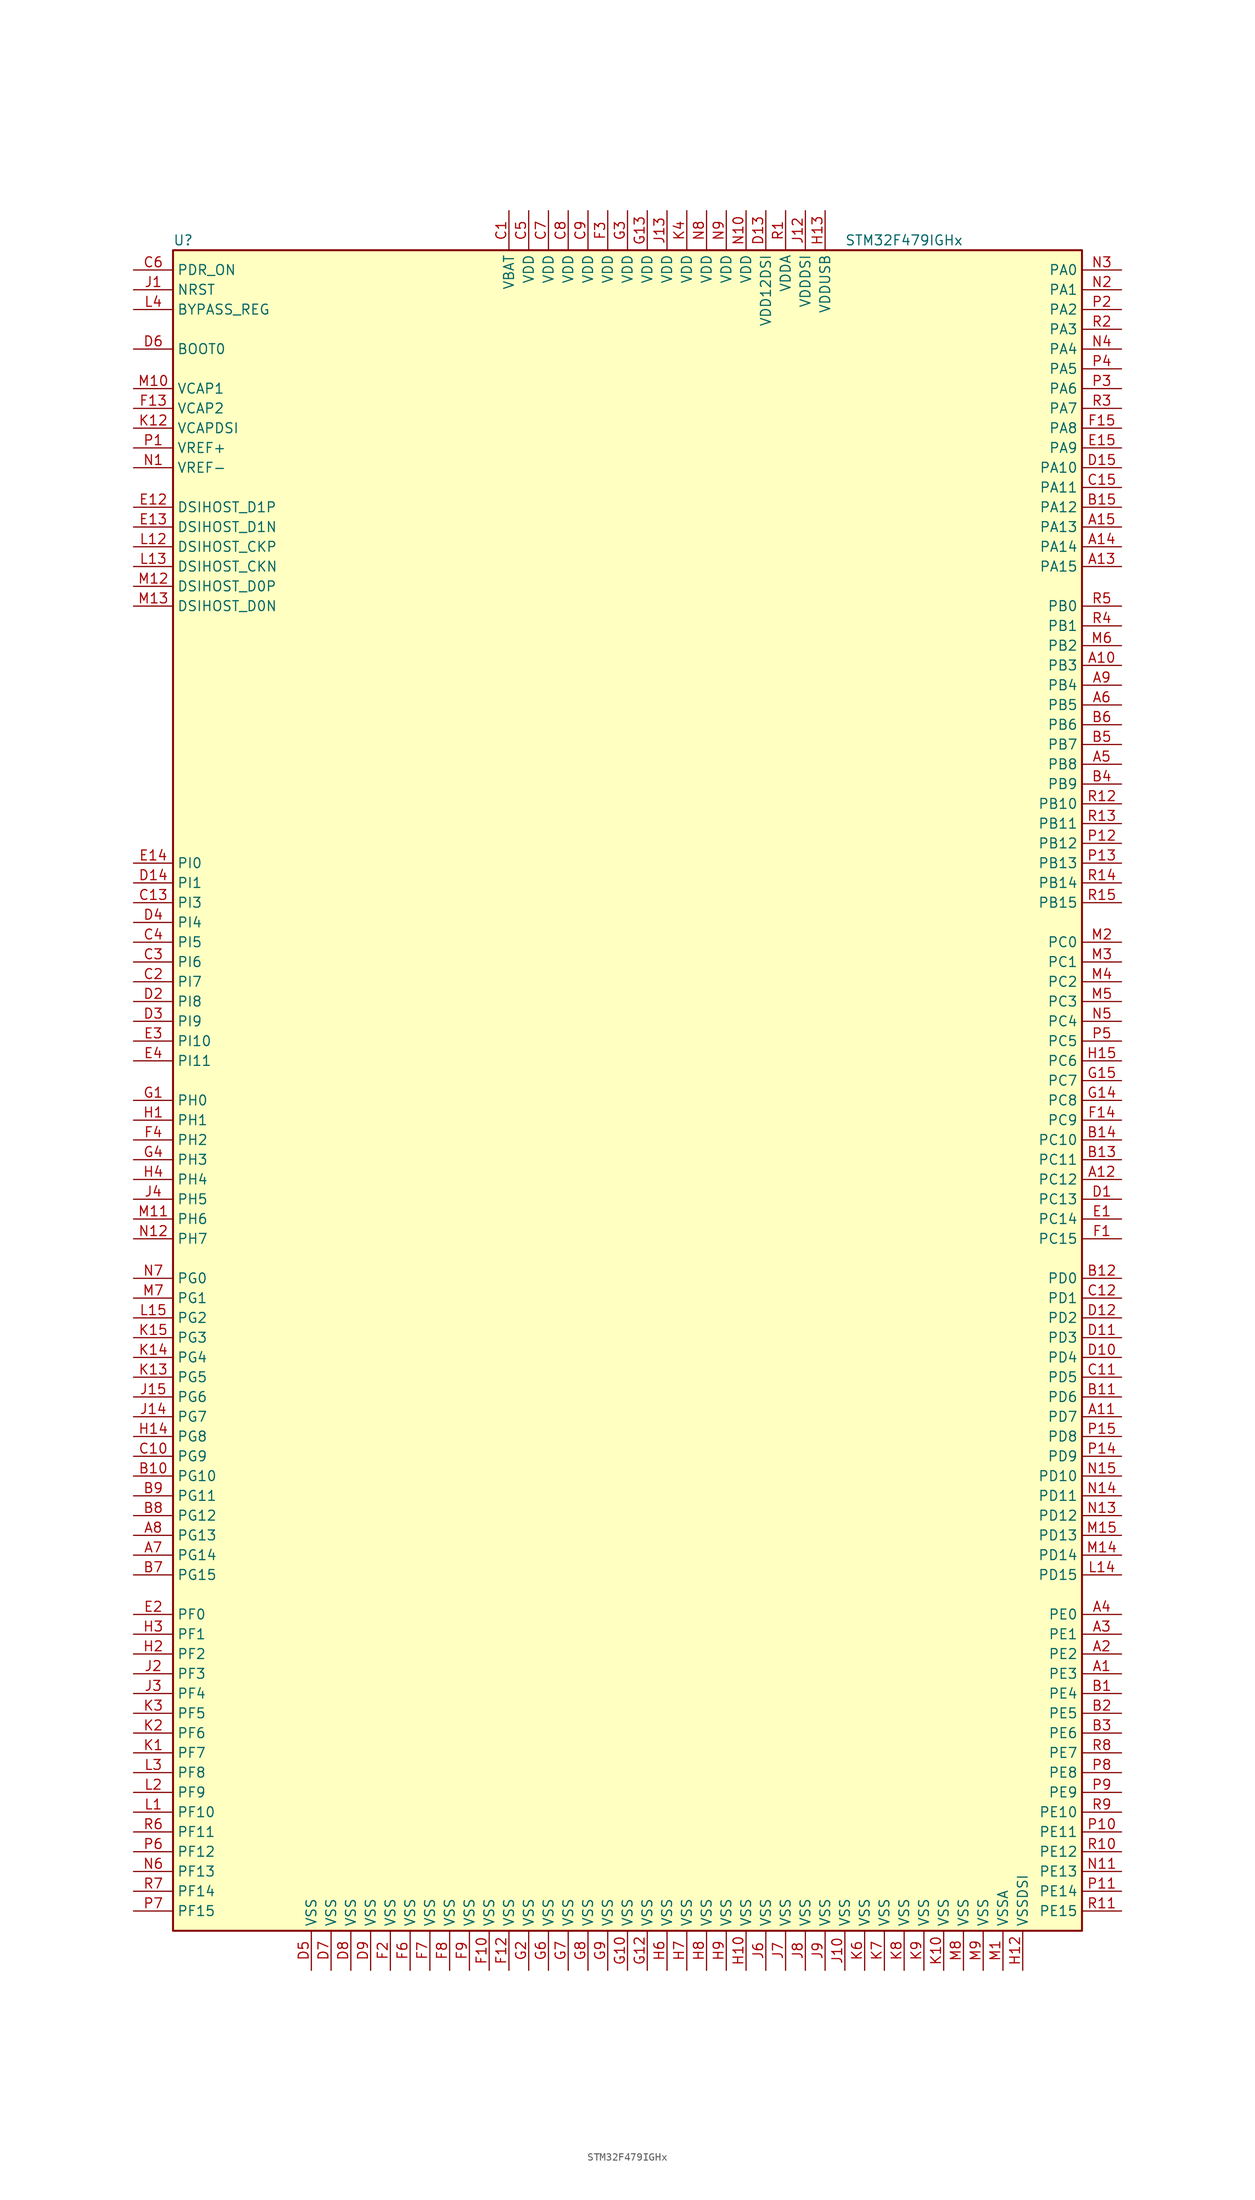
<source format=kicad_sym>
(kicad_symbol_lib
  (version 20201005)
  (generator kicad_symbol_editor)
  (symbol "MCU_ST_STM32F4:STM32F479IGHx"
    (property "Reference" "U"
      (at -58.42 107.95 0)
      (effects (font (size 1.27 1.27)) (justify left)))
    (property "Value" "STM32F479IGHx"
      (at 27.94 107.95 0)
      (effects (font (size 1.27 1.27)) (justify left)))
    (symbol "STM32F479IGHx_0_1"
      (rectangle (start -58.42 -109.22) (end 58.42 106.68) (stroke (width 0.254)) (fill (type background))))
    (symbol "STM32F479IGHx_1_1"
      (pin input line (at -63.5 93.98 0) (length 5.08) (name "BOOT0" (effects (font (size 1.27 1.27)))) (number "D6" (effects (font (size 1.27 1.27)))))
      (pin input line (at -63.5 99.06 0) (length 5.08) (name "BYPASS_REG" (effects (font (size 1.27 1.27)))) (number "L4" (effects (font (size 1.27 1.27)))))
      (pin bidirectional line (at -63.5 66.04 0) (length 5.08) (name "DSIHOST_CKN" (effects (font (size 1.27 1.27)))) (number "L13" (effects (font (size 1.27 1.27)))))
      (pin bidirectional line (at -63.5 68.58 0) (length 5.08) (name "DSIHOST_CKP" (effects (font (size 1.27 1.27)))) (number "L12" (effects (font (size 1.27 1.27)))))
      (pin bidirectional line (at -63.5 60.96 0) (length 5.08) (name "DSIHOST_D0N" (effects (font (size 1.27 1.27)))) (number "M13" (effects (font (size 1.27 1.27)))))
      (pin bidirectional line (at -63.5 63.5 0) (length 5.08) (name "DSIHOST_D0P" (effects (font (size 1.27 1.27)))) (number "M12" (effects (font (size 1.27 1.27)))))
      (pin bidirectional line (at -63.5 71.12 0) (length 5.08) (name "DSIHOST_D1N" (effects (font (size 1.27 1.27)))) (number "E13" (effects (font (size 1.27 1.27)))))
      (pin bidirectional line (at -63.5 73.66 0) (length 5.08) (name "DSIHOST_D1P" (effects (font (size 1.27 1.27)))) (number "E12" (effects (font (size 1.27 1.27)))))
      (pin no_connect line (at -58.42 -106.68 0) (length 5.08) hide (name "NC" (effects (font (size 1.27 1.27)))) (number "C14" (effects (font (size 1.27 1.27)))))
      (pin input line (at -63.5 101.6 0) (length 5.08) (name "NRST" (effects (font (size 1.27 1.27)))) (number "J1" (effects (font (size 1.27 1.27)))))
      (pin bidirectional line (at 63.5 104.14 180) (length 5.08) (name "PA0" (effects (font (size 1.27 1.27)))) (number "N3" (effects (font (size 1.27 1.27)))))
      (pin bidirectional line (at 63.5 101.6 180) (length 5.08) (name "PA1" (effects (font (size 1.27 1.27)))) (number "N2" (effects (font (size 1.27 1.27)))))
      (pin bidirectional line (at 63.5 78.74 180) (length 5.08) (name "PA10" (effects (font (size 1.27 1.27)))) (number "D15" (effects (font (size 1.27 1.27)))))
      (pin bidirectional line (at 63.5 76.2 180) (length 5.08) (name "PA11" (effects (font (size 1.27 1.27)))) (number "C15" (effects (font (size 1.27 1.27)))))
      (pin bidirectional line (at 63.5 73.66 180) (length 5.08) (name "PA12" (effects (font (size 1.27 1.27)))) (number "B15" (effects (font (size 1.27 1.27)))))
      (pin bidirectional line (at 63.5 71.12 180) (length 5.08) (name "PA13" (effects (font (size 1.27 1.27)))) (number "A15" (effects (font (size 1.27 1.27)))))
      (pin bidirectional line (at 63.5 68.58 180) (length 5.08) (name "PA14" (effects (font (size 1.27 1.27)))) (number "A14" (effects (font (size 1.27 1.27)))))
      (pin bidirectional line (at 63.5 66.04 180) (length 5.08) (name "PA15" (effects (font (size 1.27 1.27)))) (number "A13" (effects (font (size 1.27 1.27)))))
      (pin bidirectional line (at 63.5 99.06 180) (length 5.08) (name "PA2" (effects (font (size 1.27 1.27)))) (number "P2" (effects (font (size 1.27 1.27)))))
      (pin bidirectional line (at 63.5 96.52 180) (length 5.08) (name "PA3" (effects (font (size 1.27 1.27)))) (number "R2" (effects (font (size 1.27 1.27)))))
      (pin bidirectional line (at 63.5 93.98 180) (length 5.08) (name "PA4" (effects (font (size 1.27 1.27)))) (number "N4" (effects (font (size 1.27 1.27)))))
      (pin bidirectional line (at 63.5 91.44 180) (length 5.08) (name "PA5" (effects (font (size 1.27 1.27)))) (number "P4" (effects (font (size 1.27 1.27)))))
      (pin bidirectional line (at 63.5 88.9 180) (length 5.08) (name "PA6" (effects (font (size 1.27 1.27)))) (number "P3" (effects (font (size 1.27 1.27)))))
      (pin bidirectional line (at 63.5 86.36 180) (length 5.08) (name "PA7" (effects (font (size 1.27 1.27)))) (number "R3" (effects (font (size 1.27 1.27)))))
      (pin bidirectional line (at 63.5 83.82 180) (length 5.08) (name "PA8" (effects (font (size 1.27 1.27)))) (number "F15" (effects (font (size 1.27 1.27)))))
      (pin bidirectional line (at 63.5 81.28 180) (length 5.08) (name "PA9" (effects (font (size 1.27 1.27)))) (number "E15" (effects (font (size 1.27 1.27)))))
      (pin bidirectional line (at 63.5 60.96 180) (length 5.08) (name "PB0" (effects (font (size 1.27 1.27)))) (number "R5" (effects (font (size 1.27 1.27)))))
      (pin bidirectional line (at 63.5 58.42 180) (length 5.08) (name "PB1" (effects (font (size 1.27 1.27)))) (number "R4" (effects (font (size 1.27 1.27)))))
      (pin bidirectional line (at 63.5 35.56 180) (length 5.08) (name "PB10" (effects (font (size 1.27 1.27)))) (number "R12" (effects (font (size 1.27 1.27)))))
      (pin bidirectional line (at 63.5 33.02 180) (length 5.08) (name "PB11" (effects (font (size 1.27 1.27)))) (number "R13" (effects (font (size 1.27 1.27)))))
      (pin bidirectional line (at 63.5 30.48 180) (length 5.08) (name "PB12" (effects (font (size 1.27 1.27)))) (number "P12" (effects (font (size 1.27 1.27)))))
      (pin bidirectional line (at 63.5 27.94 180) (length 5.08) (name "PB13" (effects (font (size 1.27 1.27)))) (number "P13" (effects (font (size 1.27 1.27)))))
      (pin bidirectional line (at 63.5 25.4 180) (length 5.08) (name "PB14" (effects (font (size 1.27 1.27)))) (number "R14" (effects (font (size 1.27 1.27)))))
      (pin bidirectional line (at 63.5 22.86 180) (length 5.08) (name "PB15" (effects (font (size 1.27 1.27)))) (number "R15" (effects (font (size 1.27 1.27)))))
      (pin bidirectional line (at 63.5 55.88 180) (length 5.08) (name "PB2" (effects (font (size 1.27 1.27)))) (number "M6" (effects (font (size 1.27 1.27)))))
      (pin bidirectional line (at 63.5 53.34 180) (length 5.08) (name "PB3" (effects (font (size 1.27 1.27)))) (number "A10" (effects (font (size 1.27 1.27)))))
      (pin bidirectional line (at 63.5 50.8 180) (length 5.08) (name "PB4" (effects (font (size 1.27 1.27)))) (number "A9" (effects (font (size 1.27 1.27)))))
      (pin bidirectional line (at 63.5 48.26 180) (length 5.08) (name "PB5" (effects (font (size 1.27 1.27)))) (number "A6" (effects (font (size 1.27 1.27)))))
      (pin bidirectional line (at 63.5 45.72 180) (length 5.08) (name "PB6" (effects (font (size 1.27 1.27)))) (number "B6" (effects (font (size 1.27 1.27)))))
      (pin bidirectional line (at 63.5 43.18 180) (length 5.08) (name "PB7" (effects (font (size 1.27 1.27)))) (number "B5" (effects (font (size 1.27 1.27)))))
      (pin bidirectional line (at 63.5 40.64 180) (length 5.08) (name "PB8" (effects (font (size 1.27 1.27)))) (number "A5" (effects (font (size 1.27 1.27)))))
      (pin bidirectional line (at 63.5 38.1 180) (length 5.08) (name "PB9" (effects (font (size 1.27 1.27)))) (number "B4" (effects (font (size 1.27 1.27)))))
      (pin bidirectional line (at 63.5 17.78 180) (length 5.08) (name "PC0" (effects (font (size 1.27 1.27)))) (number "M2" (effects (font (size 1.27 1.27)))))
      (pin bidirectional line (at 63.5 15.24 180) (length 5.08) (name "PC1" (effects (font (size 1.27 1.27)))) (number "M3" (effects (font (size 1.27 1.27)))))
      (pin bidirectional line (at 63.5 -7.62 180) (length 5.08) (name "PC10" (effects (font (size 1.27 1.27)))) (number "B14" (effects (font (size 1.27 1.27)))))
      (pin bidirectional line (at 63.5 -10.16 180) (length 5.08) (name "PC11" (effects (font (size 1.27 1.27)))) (number "B13" (effects (font (size 1.27 1.27)))))
      (pin bidirectional line (at 63.5 -12.7 180) (length 5.08) (name "PC12" (effects (font (size 1.27 1.27)))) (number "A12" (effects (font (size 1.27 1.27)))))
      (pin bidirectional line (at 63.5 -15.24 180) (length 5.08) (name "PC13" (effects (font (size 1.27 1.27)))) (number "D1" (effects (font (size 1.27 1.27)))))
      (pin bidirectional line (at 63.5 -17.78 180) (length 5.08) (name "PC14" (effects (font (size 1.27 1.27)))) (number "E1" (effects (font (size 1.27 1.27)))))
      (pin bidirectional line (at 63.5 -20.32 180) (length 5.08) (name "PC15" (effects (font (size 1.27 1.27)))) (number "F1" (effects (font (size 1.27 1.27)))))
      (pin bidirectional line (at 63.5 12.7 180) (length 5.08) (name "PC2" (effects (font (size 1.27 1.27)))) (number "M4" (effects (font (size 1.27 1.27)))))
      (pin bidirectional line (at 63.5 10.16 180) (length 5.08) (name "PC3" (effects (font (size 1.27 1.27)))) (number "M5" (effects (font (size 1.27 1.27)))))
      (pin bidirectional line (at 63.5 7.62 180) (length 5.08) (name "PC4" (effects (font (size 1.27 1.27)))) (number "N5" (effects (font (size 1.27 1.27)))))
      (pin bidirectional line (at 63.5 5.08 180) (length 5.08) (name "PC5" (effects (font (size 1.27 1.27)))) (number "P5" (effects (font (size 1.27 1.27)))))
      (pin bidirectional line (at 63.5 2.54 180) (length 5.08) (name "PC6" (effects (font (size 1.27 1.27)))) (number "H15" (effects (font (size 1.27 1.27)))))
      (pin bidirectional line (at 63.5 0 180) (length 5.08) (name "PC7" (effects (font (size 1.27 1.27)))) (number "G15" (effects (font (size 1.27 1.27)))))
      (pin bidirectional line (at 63.5 -2.54 180) (length 5.08) (name "PC8" (effects (font (size 1.27 1.27)))) (number "G14" (effects (font (size 1.27 1.27)))))
      (pin bidirectional line (at 63.5 -5.08 180) (length 5.08) (name "PC9" (effects (font (size 1.27 1.27)))) (number "F14" (effects (font (size 1.27 1.27)))))
      (pin bidirectional line (at 63.5 -25.4 180) (length 5.08) (name "PD0" (effects (font (size 1.27 1.27)))) (number "B12" (effects (font (size 1.27 1.27)))))
      (pin bidirectional line (at 63.5 -27.94 180) (length 5.08) (name "PD1" (effects (font (size 1.27 1.27)))) (number "C12" (effects (font (size 1.27 1.27)))))
      (pin bidirectional line (at 63.5 -50.8 180) (length 5.08) (name "PD10" (effects (font (size 1.27 1.27)))) (number "N15" (effects (font (size 1.27 1.27)))))
      (pin bidirectional line (at 63.5 -53.34 180) (length 5.08) (name "PD11" (effects (font (size 1.27 1.27)))) (number "N14" (effects (font (size 1.27 1.27)))))
      (pin bidirectional line (at 63.5 -55.88 180) (length 5.08) (name "PD12" (effects (font (size 1.27 1.27)))) (number "N13" (effects (font (size 1.27 1.27)))))
      (pin bidirectional line (at 63.5 -58.42 180) (length 5.08) (name "PD13" (effects (font (size 1.27 1.27)))) (number "M15" (effects (font (size 1.27 1.27)))))
      (pin bidirectional line (at 63.5 -60.96 180) (length 5.08) (name "PD14" (effects (font (size 1.27 1.27)))) (number "M14" (effects (font (size 1.27 1.27)))))
      (pin bidirectional line (at 63.5 -63.5 180) (length 5.08) (name "PD15" (effects (font (size 1.27 1.27)))) (number "L14" (effects (font (size 1.27 1.27)))))
      (pin bidirectional line (at 63.5 -30.48 180) (length 5.08) (name "PD2" (effects (font (size 1.27 1.27)))) (number "D12" (effects (font (size 1.27 1.27)))))
      (pin bidirectional line (at 63.5 -33.02 180) (length 5.08) (name "PD3" (effects (font (size 1.27 1.27)))) (number "D11" (effects (font (size 1.27 1.27)))))
      (pin bidirectional line (at 63.5 -35.56 180) (length 5.08) (name "PD4" (effects (font (size 1.27 1.27)))) (number "D10" (effects (font (size 1.27 1.27)))))
      (pin bidirectional line (at 63.5 -38.1 180) (length 5.08) (name "PD5" (effects (font (size 1.27 1.27)))) (number "C11" (effects (font (size 1.27 1.27)))))
      (pin bidirectional line (at 63.5 -40.64 180) (length 5.08) (name "PD6" (effects (font (size 1.27 1.27)))) (number "B11" (effects (font (size 1.27 1.27)))))
      (pin bidirectional line (at 63.5 -43.18 180) (length 5.08) (name "PD7" (effects (font (size 1.27 1.27)))) (number "A11" (effects (font (size 1.27 1.27)))))
      (pin bidirectional line (at 63.5 -45.72 180) (length 5.08) (name "PD8" (effects (font (size 1.27 1.27)))) (number "P15" (effects (font (size 1.27 1.27)))))
      (pin bidirectional line (at 63.5 -48.26 180) (length 5.08) (name "PD9" (effects (font (size 1.27 1.27)))) (number "P14" (effects (font (size 1.27 1.27)))))
      (pin input line (at -63.5 104.14 0) (length 5.08) (name "PDR_ON" (effects (font (size 1.27 1.27)))) (number "C6" (effects (font (size 1.27 1.27)))))
      (pin bidirectional line (at 63.5 -68.58 180) (length 5.08) (name "PE0" (effects (font (size 1.27 1.27)))) (number "A4" (effects (font (size 1.27 1.27)))))
      (pin bidirectional line (at 63.5 -71.12 180) (length 5.08) (name "PE1" (effects (font (size 1.27 1.27)))) (number "A3" (effects (font (size 1.27 1.27)))))
      (pin bidirectional line (at 63.5 -93.98 180) (length 5.08) (name "PE10" (effects (font (size 1.27 1.27)))) (number "R9" (effects (font (size 1.27 1.27)))))
      (pin bidirectional line (at 63.5 -96.52 180) (length 5.08) (name "PE11" (effects (font (size 1.27 1.27)))) (number "P10" (effects (font (size 1.27 1.27)))))
      (pin bidirectional line (at 63.5 -99.06 180) (length 5.08) (name "PE12" (effects (font (size 1.27 1.27)))) (number "R10" (effects (font (size 1.27 1.27)))))
      (pin bidirectional line (at 63.5 -101.6 180) (length 5.08) (name "PE13" (effects (font (size 1.27 1.27)))) (number "N11" (effects (font (size 1.27 1.27)))))
      (pin bidirectional line (at 63.5 -104.14 180) (length 5.08) (name "PE14" (effects (font (size 1.27 1.27)))) (number "P11" (effects (font (size 1.27 1.27)))))
      (pin bidirectional line (at 63.5 -106.68 180) (length 5.08) (name "PE15" (effects (font (size 1.27 1.27)))) (number "R11" (effects (font (size 1.27 1.27)))))
      (pin bidirectional line (at 63.5 -73.66 180) (length 5.08) (name "PE2" (effects (font (size 1.27 1.27)))) (number "A2" (effects (font (size 1.27 1.27)))))
      (pin bidirectional line (at 63.5 -76.2 180) (length 5.08) (name "PE3" (effects (font (size 1.27 1.27)))) (number "A1" (effects (font (size 1.27 1.27)))))
      (pin bidirectional line (at 63.5 -78.74 180) (length 5.08) (name "PE4" (effects (font (size 1.27 1.27)))) (number "B1" (effects (font (size 1.27 1.27)))))
      (pin bidirectional line (at 63.5 -81.28 180) (length 5.08) (name "PE5" (effects (font (size 1.27 1.27)))) (number "B2" (effects (font (size 1.27 1.27)))))
      (pin bidirectional line (at 63.5 -83.82 180) (length 5.08) (name "PE6" (effects (font (size 1.27 1.27)))) (number "B3" (effects (font (size 1.27 1.27)))))
      (pin bidirectional line (at 63.5 -86.36 180) (length 5.08) (name "PE7" (effects (font (size 1.27 1.27)))) (number "R8" (effects (font (size 1.27 1.27)))))
      (pin bidirectional line (at 63.5 -88.9 180) (length 5.08) (name "PE8" (effects (font (size 1.27 1.27)))) (number "P8" (effects (font (size 1.27 1.27)))))
      (pin bidirectional line (at 63.5 -91.44 180) (length 5.08) (name "PE9" (effects (font (size 1.27 1.27)))) (number "P9" (effects (font (size 1.27 1.27)))))
      (pin bidirectional line (at -63.5 -68.58 0) (length 5.08) (name "PF0" (effects (font (size 1.27 1.27)))) (number "E2" (effects (font (size 1.27 1.27)))))
      (pin bidirectional line (at -63.5 -71.12 0) (length 5.08) (name "PF1" (effects (font (size 1.27 1.27)))) (number "H3" (effects (font (size 1.27 1.27)))))
      (pin bidirectional line (at -63.5 -93.98 0) (length 5.08) (name "PF10" (effects (font (size 1.27 1.27)))) (number "L1" (effects (font (size 1.27 1.27)))))
      (pin bidirectional line (at -63.5 -96.52 0) (length 5.08) (name "PF11" (effects (font (size 1.27 1.27)))) (number "R6" (effects (font (size 1.27 1.27)))))
      (pin bidirectional line (at -63.5 -99.06 0) (length 5.08) (name "PF12" (effects (font (size 1.27 1.27)))) (number "P6" (effects (font (size 1.27 1.27)))))
      (pin bidirectional line (at -63.5 -101.6 0) (length 5.08) (name "PF13" (effects (font (size 1.27 1.27)))) (number "N6" (effects (font (size 1.27 1.27)))))
      (pin bidirectional line (at -63.5 -104.14 0) (length 5.08) (name "PF14" (effects (font (size 1.27 1.27)))) (number "R7" (effects (font (size 1.27 1.27)))))
      (pin bidirectional line (at -63.5 -106.68 0) (length 5.08) (name "PF15" (effects (font (size 1.27 1.27)))) (number "P7" (effects (font (size 1.27 1.27)))))
      (pin bidirectional line (at -63.5 -73.66 0) (length 5.08) (name "PF2" (effects (font (size 1.27 1.27)))) (number "H2" (effects (font (size 1.27 1.27)))))
      (pin bidirectional line (at -63.5 -76.2 0) (length 5.08) (name "PF3" (effects (font (size 1.27 1.27)))) (number "J2" (effects (font (size 1.27 1.27)))))
      (pin bidirectional line (at -63.5 -78.74 0) (length 5.08) (name "PF4" (effects (font (size 1.27 1.27)))) (number "J3" (effects (font (size 1.27 1.27)))))
      (pin bidirectional line (at -63.5 -81.28 0) (length 5.08) (name "PF5" (effects (font (size 1.27 1.27)))) (number "K3" (effects (font (size 1.27 1.27)))))
      (pin bidirectional line (at -63.5 -83.82 0) (length 5.08) (name "PF6" (effects (font (size 1.27 1.27)))) (number "K2" (effects (font (size 1.27 1.27)))))
      (pin bidirectional line (at -63.5 -86.36 0) (length 5.08) (name "PF7" (effects (font (size 1.27 1.27)))) (number "K1" (effects (font (size 1.27 1.27)))))
      (pin bidirectional line (at -63.5 -88.9 0) (length 5.08) (name "PF8" (effects (font (size 1.27 1.27)))) (number "L3" (effects (font (size 1.27 1.27)))))
      (pin bidirectional line (at -63.5 -91.44 0) (length 5.08) (name "PF9" (effects (font (size 1.27 1.27)))) (number "L2" (effects (font (size 1.27 1.27)))))
      (pin bidirectional line (at -63.5 -25.4 0) (length 5.08) (name "PG0" (effects (font (size 1.27 1.27)))) (number "N7" (effects (font (size 1.27 1.27)))))
      (pin bidirectional line (at -63.5 -27.94 0) (length 5.08) (name "PG1" (effects (font (size 1.27 1.27)))) (number "M7" (effects (font (size 1.27 1.27)))))
      (pin bidirectional line (at -63.5 -50.8 0) (length 5.08) (name "PG10" (effects (font (size 1.27 1.27)))) (number "B10" (effects (font (size 1.27 1.27)))))
      (pin bidirectional line (at -63.5 -53.34 0) (length 5.08) (name "PG11" (effects (font (size 1.27 1.27)))) (number "B9" (effects (font (size 1.27 1.27)))))
      (pin bidirectional line (at -63.5 -55.88 0) (length 5.08) (name "PG12" (effects (font (size 1.27 1.27)))) (number "B8" (effects (font (size 1.27 1.27)))))
      (pin bidirectional line (at -63.5 -58.42 0) (length 5.08) (name "PG13" (effects (font (size 1.27 1.27)))) (number "A8" (effects (font (size 1.27 1.27)))))
      (pin bidirectional line (at -63.5 -60.96 0) (length 5.08) (name "PG14" (effects (font (size 1.27 1.27)))) (number "A7" (effects (font (size 1.27 1.27)))))
      (pin bidirectional line (at -63.5 -63.5 0) (length 5.08) (name "PG15" (effects (font (size 1.27 1.27)))) (number "B7" (effects (font (size 1.27 1.27)))))
      (pin bidirectional line (at -63.5 -30.48 0) (length 5.08) (name "PG2" (effects (font (size 1.27 1.27)))) (number "L15" (effects (font (size 1.27 1.27)))))
      (pin bidirectional line (at -63.5 -33.02 0) (length 5.08) (name "PG3" (effects (font (size 1.27 1.27)))) (number "K15" (effects (font (size 1.27 1.27)))))
      (pin bidirectional line (at -63.5 -35.56 0) (length 5.08) (name "PG4" (effects (font (size 1.27 1.27)))) (number "K14" (effects (font (size 1.27 1.27)))))
      (pin bidirectional line (at -63.5 -38.1 0) (length 5.08) (name "PG5" (effects (font (size 1.27 1.27)))) (number "K13" (effects (font (size 1.27 1.27)))))
      (pin bidirectional line (at -63.5 -40.64 0) (length 5.08) (name "PG6" (effects (font (size 1.27 1.27)))) (number "J15" (effects (font (size 1.27 1.27)))))
      (pin bidirectional line (at -63.5 -43.18 0) (length 5.08) (name "PG7" (effects (font (size 1.27 1.27)))) (number "J14" (effects (font (size 1.27 1.27)))))
      (pin bidirectional line (at -63.5 -45.72 0) (length 5.08) (name "PG8" (effects (font (size 1.27 1.27)))) (number "H14" (effects (font (size 1.27 1.27)))))
      (pin bidirectional line (at -63.5 -48.26 0) (length 5.08) (name "PG9" (effects (font (size 1.27 1.27)))) (number "C10" (effects (font (size 1.27 1.27)))))
      (pin input line (at -63.5 -2.54 0) (length 5.08) (name "PH0" (effects (font (size 1.27 1.27)))) (number "G1" (effects (font (size 1.27 1.27)))))
      (pin input line (at -63.5 -5.08 0) (length 5.08) (name "PH1" (effects (font (size 1.27 1.27)))) (number "H1" (effects (font (size 1.27 1.27)))))
      (pin bidirectional line (at -63.5 -7.62 0) (length 5.08) (name "PH2" (effects (font (size 1.27 1.27)))) (number "F4" (effects (font (size 1.27 1.27)))))
      (pin bidirectional line (at -63.5 -10.16 0) (length 5.08) (name "PH3" (effects (font (size 1.27 1.27)))) (number "G4" (effects (font (size 1.27 1.27)))))
      (pin bidirectional line (at -63.5 -12.7 0) (length 5.08) (name "PH4" (effects (font (size 1.27 1.27)))) (number "H4" (effects (font (size 1.27 1.27)))))
      (pin bidirectional line (at -63.5 -15.24 0) (length 5.08) (name "PH5" (effects (font (size 1.27 1.27)))) (number "J4" (effects (font (size 1.27 1.27)))))
      (pin bidirectional line (at -63.5 -17.78 0) (length 5.08) (name "PH6" (effects (font (size 1.27 1.27)))) (number "M11" (effects (font (size 1.27 1.27)))))
      (pin bidirectional line (at -63.5 -20.32 0) (length 5.08) (name "PH7" (effects (font (size 1.27 1.27)))) (number "N12" (effects (font (size 1.27 1.27)))))
      (pin bidirectional line (at -63.5 27.94 0) (length 5.08) (name "PI0" (effects (font (size 1.27 1.27)))) (number "E14" (effects (font (size 1.27 1.27)))))
      (pin bidirectional line (at -63.5 25.4 0) (length 5.08) (name "PI1" (effects (font (size 1.27 1.27)))) (number "D14" (effects (font (size 1.27 1.27)))))
      (pin bidirectional line (at -63.5 5.08 0) (length 5.08) (name "PI10" (effects (font (size 1.27 1.27)))) (number "E3" (effects (font (size 1.27 1.27)))))
      (pin bidirectional line (at -63.5 2.54 0) (length 5.08) (name "PI11" (effects (font (size 1.27 1.27)))) (number "E4" (effects (font (size 1.27 1.27)))))
      (pin bidirectional line (at -63.5 22.86 0) (length 5.08) (name "PI3" (effects (font (size 1.27 1.27)))) (number "C13" (effects (font (size 1.27 1.27)))))
      (pin bidirectional line (at -63.5 20.32 0) (length 5.08) (name "PI4" (effects (font (size 1.27 1.27)))) (number "D4" (effects (font (size 1.27 1.27)))))
      (pin bidirectional line (at -63.5 17.78 0) (length 5.08) (name "PI5" (effects (font (size 1.27 1.27)))) (number "C4" (effects (font (size 1.27 1.27)))))
      (pin bidirectional line (at -63.5 15.24 0) (length 5.08) (name "PI6" (effects (font (size 1.27 1.27)))) (number "C3" (effects (font (size 1.27 1.27)))))
      (pin bidirectional line (at -63.5 12.7 0) (length 5.08) (name "PI7" (effects (font (size 1.27 1.27)))) (number "C2" (effects (font (size 1.27 1.27)))))
      (pin bidirectional line (at -63.5 10.16 0) (length 5.08) (name "PI8" (effects (font (size 1.27 1.27)))) (number "D2" (effects (font (size 1.27 1.27)))))
      (pin bidirectional line (at -63.5 7.62 0) (length 5.08) (name "PI9" (effects (font (size 1.27 1.27)))) (number "D3" (effects (font (size 1.27 1.27)))))
      (pin power_in line (at -15.24 111.76 270) (length 5.08) (name "VBAT" (effects (font (size 1.27 1.27)))) (number "C1" (effects (font (size 1.27 1.27)))))
      (pin power_in line (at -63.5 88.9 0) (length 5.08) (name "VCAP1" (effects (font (size 1.27 1.27)))) (number "M10" (effects (font (size 1.27 1.27)))))
      (pin power_in line (at -63.5 86.36 0) (length 5.08) (name "VCAP2" (effects (font (size 1.27 1.27)))) (number "F13" (effects (font (size 1.27 1.27)))))
      (pin power_in line (at -63.5 83.82 0) (length 5.08) (name "VCAPDSI" (effects (font (size 1.27 1.27)))) (number "K12" (effects (font (size 1.27 1.27)))))
      (pin power_in line (at -12.7 111.76 270) (length 5.08) (name "VDD" (effects (font (size 1.27 1.27)))) (number "C5" (effects (font (size 1.27 1.27)))))
      (pin power_in line (at -10.16 111.76 270) (length 5.08) (name "VDD" (effects (font (size 1.27 1.27)))) (number "C7" (effects (font (size 1.27 1.27)))))
      (pin power_in line (at -7.62 111.76 270) (length 5.08) (name "VDD" (effects (font (size 1.27 1.27)))) (number "C8" (effects (font (size 1.27 1.27)))))
      (pin power_in line (at -5.08 111.76 270) (length 5.08) (name "VDD" (effects (font (size 1.27 1.27)))) (number "C9" (effects (font (size 1.27 1.27)))))
      (pin power_in line (at -2.54 111.76 270) (length 5.08) (name "VDD" (effects (font (size 1.27 1.27)))) (number "F3" (effects (font (size 1.27 1.27)))))
      (pin power_in line (at 2.54 111.76 270) (length 5.08) (name "VDD" (effects (font (size 1.27 1.27)))) (number "G13" (effects (font (size 1.27 1.27)))))
      (pin power_in line (at 0 111.76 270) (length 5.08) (name "VDD" (effects (font (size 1.27 1.27)))) (number "G3" (effects (font (size 1.27 1.27)))))
      (pin power_in line (at 5.08 111.76 270) (length 5.08) (name "VDD" (effects (font (size 1.27 1.27)))) (number "J13" (effects (font (size 1.27 1.27)))))
      (pin power_in line (at 7.62 111.76 270) (length 5.08) (name "VDD" (effects (font (size 1.27 1.27)))) (number "K4" (effects (font (size 1.27 1.27)))))
      (pin power_in line (at 15.24 111.76 270) (length 5.08) (name "VDD" (effects (font (size 1.27 1.27)))) (number "N10" (effects (font (size 1.27 1.27)))))
      (pin power_in line (at 10.16 111.76 270) (length 5.08) (name "VDD" (effects (font (size 1.27 1.27)))) (number "N8" (effects (font (size 1.27 1.27)))))
      (pin power_in line (at 12.7 111.76 270) (length 5.08) (name "VDD" (effects (font (size 1.27 1.27)))) (number "N9" (effects (font (size 1.27 1.27)))))
      (pin power_in line (at 17.78 111.76 270) (length 5.08) (name "VDD12DSI" (effects (font (size 1.27 1.27)))) (number "D13" (effects (font (size 1.27 1.27)))))
      (pin power_in line (at 20.32 111.76 270) (length 5.08) (name "VDDA" (effects (font (size 1.27 1.27)))) (number "R1" (effects (font (size 1.27 1.27)))))
      (pin power_in line (at 22.86 111.76 270) (length 5.08) (name "VDDDSI" (effects (font (size 1.27 1.27)))) (number "J12" (effects (font (size 1.27 1.27)))))
      (pin power_in line (at 25.4 111.76 270) (length 5.08) (name "VDDUSB" (effects (font (size 1.27 1.27)))) (number "H13" (effects (font (size 1.27 1.27)))))
      (pin power_in line (at -63.5 81.28 0) (length 5.08) (name "VREF+" (effects (font (size 1.27 1.27)))) (number "P1" (effects (font (size 1.27 1.27)))))
      (pin power_in line (at -63.5 78.74 0) (length 5.08) (name "VREF-" (effects (font (size 1.27 1.27)))) (number "N1" (effects (font (size 1.27 1.27)))))
      (pin power_in line (at -40.64 -114.3 90) (length 5.08) (name "VSS" (effects (font (size 1.27 1.27)))) (number "D5" (effects (font (size 1.27 1.27)))))
      (pin power_in line (at -38.1 -114.3 90) (length 5.08) (name "VSS" (effects (font (size 1.27 1.27)))) (number "D7" (effects (font (size 1.27 1.27)))))
      (pin power_in line (at -35.56 -114.3 90) (length 5.08) (name "VSS" (effects (font (size 1.27 1.27)))) (number "D8" (effects (font (size 1.27 1.27)))))
      (pin power_in line (at -33.02 -114.3 90) (length 5.08) (name "VSS" (effects (font (size 1.27 1.27)))) (number "D9" (effects (font (size 1.27 1.27)))))
      (pin power_in line (at -17.78 -114.3 90) (length 5.08) (name "VSS" (effects (font (size 1.27 1.27)))) (number "F10" (effects (font (size 1.27 1.27)))))
      (pin power_in line (at -15.24 -114.3 90) (length 5.08) (name "VSS" (effects (font (size 1.27 1.27)))) (number "F12" (effects (font (size 1.27 1.27)))))
      (pin power_in line (at -30.48 -114.3 90) (length 5.08) (name "VSS" (effects (font (size 1.27 1.27)))) (number "F2" (effects (font (size 1.27 1.27)))))
      (pin power_in line (at -27.94 -114.3 90) (length 5.08) (name "VSS" (effects (font (size 1.27 1.27)))) (number "F6" (effects (font (size 1.27 1.27)))))
      (pin power_in line (at -25.4 -114.3 90) (length 5.08) (name "VSS" (effects (font (size 1.27 1.27)))) (number "F7" (effects (font (size 1.27 1.27)))))
      (pin power_in line (at -22.86 -114.3 90) (length 5.08) (name "VSS" (effects (font (size 1.27 1.27)))) (number "F8" (effects (font (size 1.27 1.27)))))
      (pin power_in line (at -20.32 -114.3 90) (length 5.08) (name "VSS" (effects (font (size 1.27 1.27)))) (number "F9" (effects (font (size 1.27 1.27)))))
      (pin power_in line (at 0 -114.3 90) (length 5.08) (name "VSS" (effects (font (size 1.27 1.27)))) (number "G10" (effects (font (size 1.27 1.27)))))
      (pin power_in line (at 2.54 -114.3 90) (length 5.08) (name "VSS" (effects (font (size 1.27 1.27)))) (number "G12" (effects (font (size 1.27 1.27)))))
      (pin power_in line (at -12.7 -114.3 90) (length 5.08) (name "VSS" (effects (font (size 1.27 1.27)))) (number "G2" (effects (font (size 1.27 1.27)))))
      (pin power_in line (at -10.16 -114.3 90) (length 5.08) (name "VSS" (effects (font (size 1.27 1.27)))) (number "G6" (effects (font (size 1.27 1.27)))))
      (pin power_in line (at -7.62 -114.3 90) (length 5.08) (name "VSS" (effects (font (size 1.27 1.27)))) (number "G7" (effects (font (size 1.27 1.27)))))
      (pin power_in line (at -5.08 -114.3 90) (length 5.08) (name "VSS" (effects (font (size 1.27 1.27)))) (number "G8" (effects (font (size 1.27 1.27)))))
      (pin power_in line (at -2.54 -114.3 90) (length 5.08) (name "VSS" (effects (font (size 1.27 1.27)))) (number "G9" (effects (font (size 1.27 1.27)))))
      (pin power_in line (at 15.24 -114.3 90) (length 5.08) (name "VSS" (effects (font (size 1.27 1.27)))) (number "H10" (effects (font (size 1.27 1.27)))))
      (pin power_in line (at 5.08 -114.3 90) (length 5.08) (name "VSS" (effects (font (size 1.27 1.27)))) (number "H6" (effects (font (size 1.27 1.27)))))
      (pin power_in line (at 7.62 -114.3 90) (length 5.08) (name "VSS" (effects (font (size 1.27 1.27)))) (number "H7" (effects (font (size 1.27 1.27)))))
      (pin power_in line (at 10.16 -114.3 90) (length 5.08) (name "VSS" (effects (font (size 1.27 1.27)))) (number "H8" (effects (font (size 1.27 1.27)))))
      (pin power_in line (at 12.7 -114.3 90) (length 5.08) (name "VSS" (effects (font (size 1.27 1.27)))) (number "H9" (effects (font (size 1.27 1.27)))))
      (pin power_in line (at 27.94 -114.3 90) (length 5.08) (name "VSS" (effects (font (size 1.27 1.27)))) (number "J10" (effects (font (size 1.27 1.27)))))
      (pin power_in line (at 17.78 -114.3 90) (length 5.08) (name "VSS" (effects (font (size 1.27 1.27)))) (number "J6" (effects (font (size 1.27 1.27)))))
      (pin power_in line (at 20.32 -114.3 90) (length 5.08) (name "VSS" (effects (font (size 1.27 1.27)))) (number "J7" (effects (font (size 1.27 1.27)))))
      (pin power_in line (at 22.86 -114.3 90) (length 5.08) (name "VSS" (effects (font (size 1.27 1.27)))) (number "J8" (effects (font (size 1.27 1.27)))))
      (pin power_in line (at 25.4 -114.3 90) (length 5.08) (name "VSS" (effects (font (size 1.27 1.27)))) (number "J9" (effects (font (size 1.27 1.27)))))
      (pin power_in line (at 40.64 -114.3 90) (length 5.08) (name "VSS" (effects (font (size 1.27 1.27)))) (number "K10" (effects (font (size 1.27 1.27)))))
      (pin power_in line (at 30.48 -114.3 90) (length 5.08) (name "VSS" (effects (font (size 1.27 1.27)))) (number "K6" (effects (font (size 1.27 1.27)))))
      (pin power_in line (at 33.02 -114.3 90) (length 5.08) (name "VSS" (effects (font (size 1.27 1.27)))) (number "K7" (effects (font (size 1.27 1.27)))))
      (pin power_in line (at 35.56 -114.3 90) (length 5.08) (name "VSS" (effects (font (size 1.27 1.27)))) (number "K8" (effects (font (size 1.27 1.27)))))
      (pin power_in line (at 38.1 -114.3 90) (length 5.08) (name "VSS" (effects (font (size 1.27 1.27)))) (number "K9" (effects (font (size 1.27 1.27)))))
      (pin power_in line (at 43.18 -114.3 90) (length 5.08) (name "VSS" (effects (font (size 1.27 1.27)))) (number "M8" (effects (font (size 1.27 1.27)))))
      (pin power_in line (at 45.72 -114.3 90) (length 5.08) (name "VSS" (effects (font (size 1.27 1.27)))) (number "M9" (effects (font (size 1.27 1.27)))))
      (pin power_in line (at 48.26 -114.3 90) (length 5.08) (name "VSSA" (effects (font (size 1.27 1.27)))) (number "M1" (effects (font (size 1.27 1.27)))))
      (pin power_in line (at 50.8 -114.3 90) (length 5.08) (name "VSSDSI" (effects (font (size 1.27 1.27)))) (number "H12" (effects (font (size 1.27 1.27))))))))
</source>
